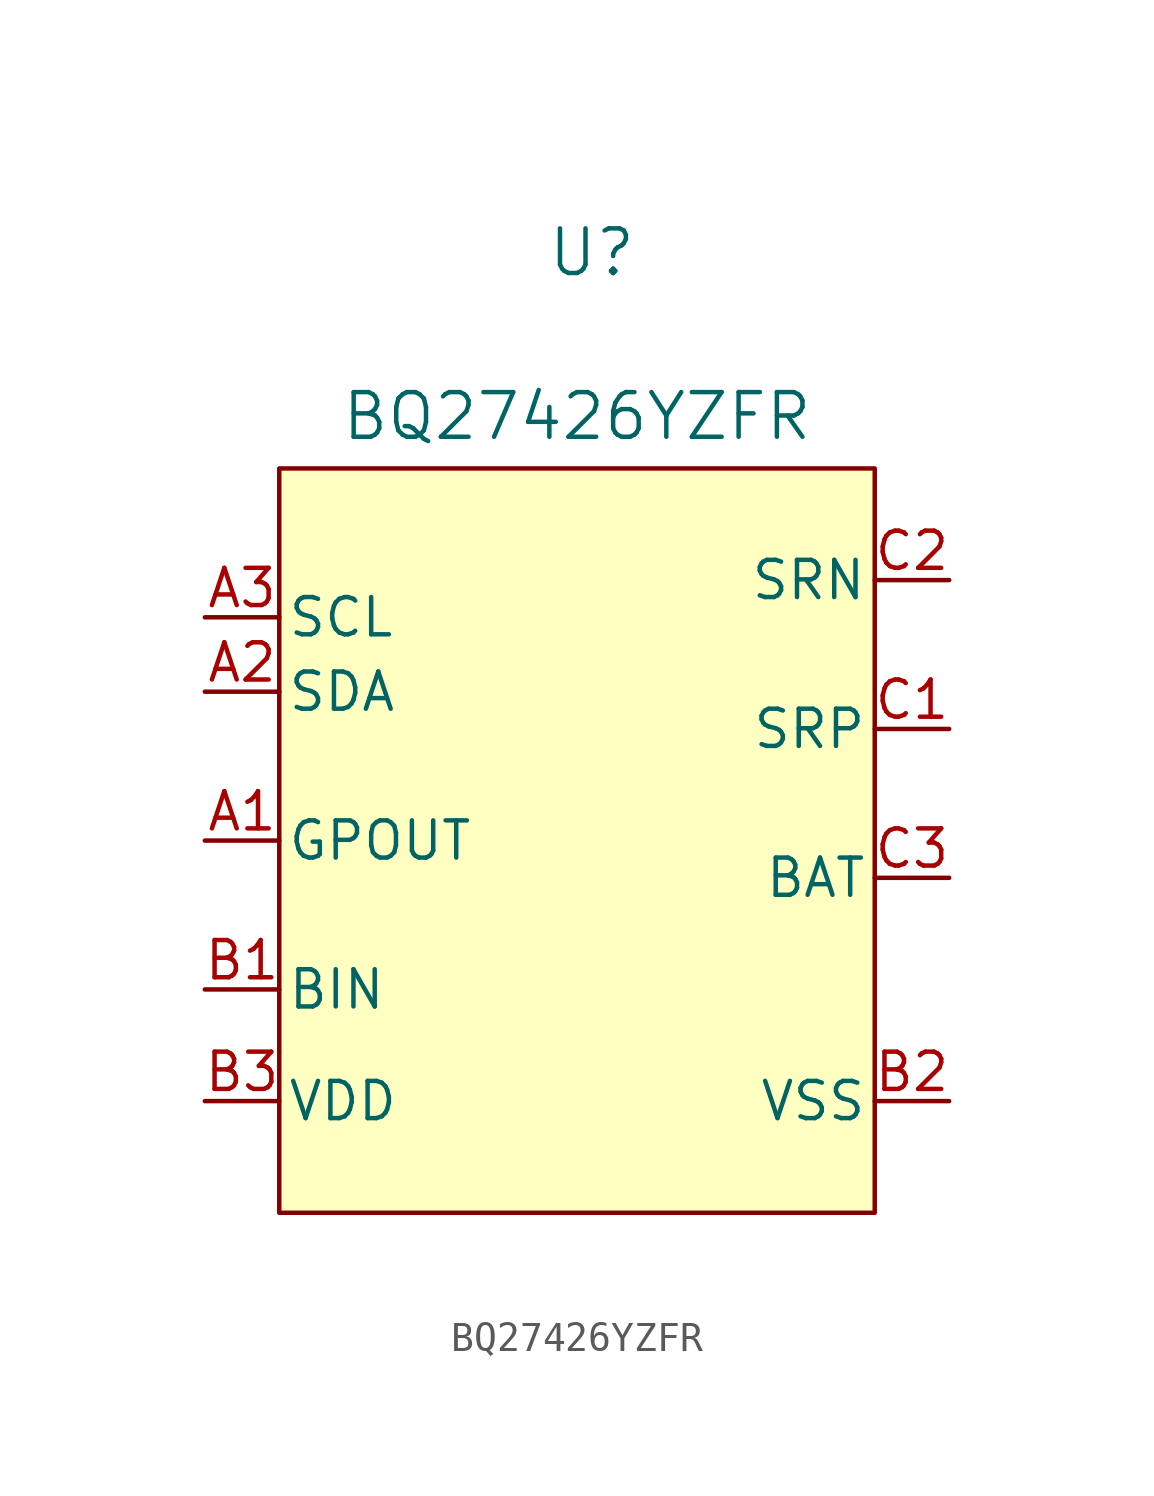
<source format=kicad_sym>
(kicad_symbol_lib
  (version 20231120)
  (generator "kicad_symbol_editor")
  (generator_version "8.0")
  (symbol "BQ27426YZFR"
    (pin_names
      (offset 0.254))
    (property "Reference" "U"
      (at 0.508 20.066 0)
      (effects (font (size 1.524 1.524))))
    (property "Value" "BQ27426YZFR"
      (at 0 14.478 0)
      (effects (font (size 1.524 1.524))))
    (symbol "BQ27426YZFR_1_1"
      (rectangle (start -10.16 12.7) (end 10.16 -12.7) (stroke (width 0) (type default)) (fill (type background)))
      (pin open_collector line (at -12.7 0 0) (length 2.54) (name "GPOUT" (effects (font (size 1.27 1.27)))) (number "A1" (effects (font (size 1.27 1.27)))))
      (pin bidirectional line (at -12.7 5.08 0) (length 2.54) (name "SDA" (effects (font (size 1.27 1.27)))) (number "A2" (effects (font (size 1.27 1.27)))))
      (pin bidirectional line (at -12.7 7.62 0) (length 2.54) (name "SCL" (effects (font (size 1.27 1.27)))) (number "A3" (effects (font (size 1.27 1.27)))))
      (pin input line (at -12.7 -5.08 0) (length 2.54) (name "BIN" (effects (font (size 1.27 1.27)))) (number "B1" (effects (font (size 1.27 1.27)))))
      (pin power_in line (at 12.7 -8.89 180) (length 2.54) (name "VSS" (effects (font (size 1.27 1.27)))) (number "B2" (effects (font (size 1.27 1.27)))))
      (pin power_in line (at -12.7 -8.89 0) (length 2.54) (name "VDD" (effects (font (size 1.27 1.27)))) (number "B3" (effects (font (size 1.27 1.27)))))
      (pin input line (at 12.7 3.81 180) (length 2.54) (name "SRP" (effects (font (size 1.27 1.27)))) (number "C1" (effects (font (size 1.27 1.27)))))
      (pin input line (at 12.7 8.89 180) (length 2.54) (name "SRN" (effects (font (size 1.27 1.27)))) (number "C2" (effects (font (size 1.27 1.27)))))
      (pin power_in line (at 12.7 -1.27 180) (length 2.54) (name "BAT" (effects (font (size 1.27 1.27)))) (number "C3" (effects (font (size 1.27 1.27))))))))
</source>
